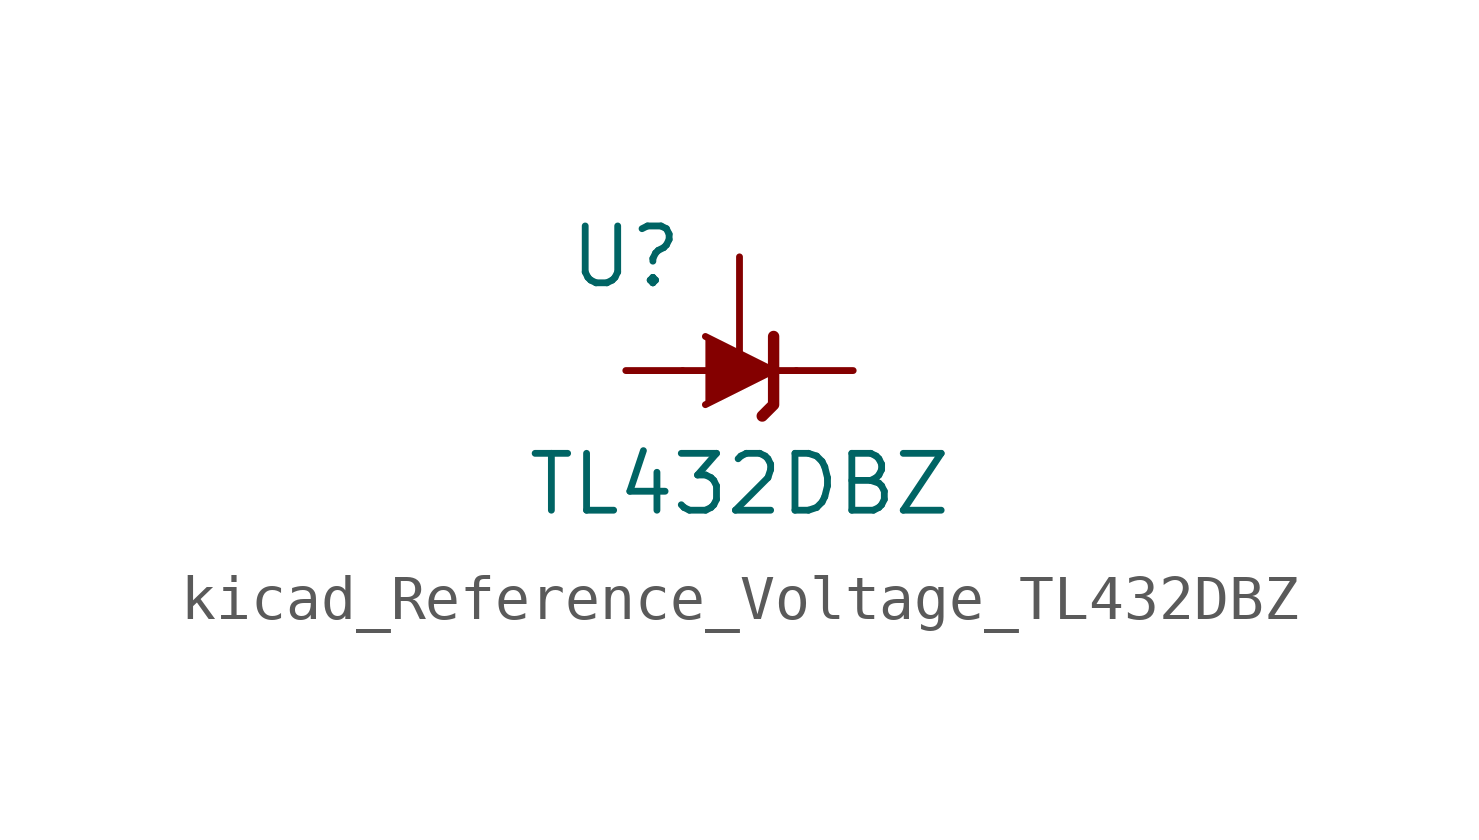
<source format=kicad_sym>
(kicad_symbol_lib
  (version 20220914)
  (generator kicad_symbol_editor)
  (symbol "kicad_Reference_Voltage_TL432DBZ"
    (pin_numbers hide)
    (pin_names hide)
    (property "Reference" "U"
      (at -2.54 2.54 0)
      (effects (font (size 1.27 1.27))))
    (property "Value" "TL432DBZ"
      (at 0 -2.54 0)
      (effects (font (size 1.27 1.27))))
    (symbol "kicad_Reference_Voltage_TL432DBZ_0_1"
      (polyline (pts (xy -1.27 0) (xy 0 0) (xy 1.27 0)) (stroke (width 0) (type default)) (fill (type none)))
      (polyline (pts (xy -0.762 0.762) (xy 0.762 0) (xy -0.762 -0.762)) (stroke (width 0) (type default)) (fill (type outline)))
      (polyline (pts (xy 0.508 -1.016) (xy 0.762 -0.762) (xy 0.762 0.762) (xy 0.762 0.762)) (stroke (width 0.254) (type default)) (fill (type none))))
    (symbol "kicad_Reference_Voltage_TL432DBZ_1_1"
      (pin passive line (at 0 2.54 270) (length 2.54) (name "REF" (effects (font (size 1.27 1.27)))) (number "1" (effects (font (size 1.27 1.27)))))
      (pin passive line (at 2.54 0 180) (length 1.27) (name "K" (effects (font (size 1.27 1.27)))) (number "2" (effects (font (size 1.27 1.27)))))
      (pin passive line (at -2.54 0 0) (length 1.27) (name "A" (effects (font (size 1.27 1.27)))) (number "3" (effects (font (size 1.27 1.27))))))))
</source>
